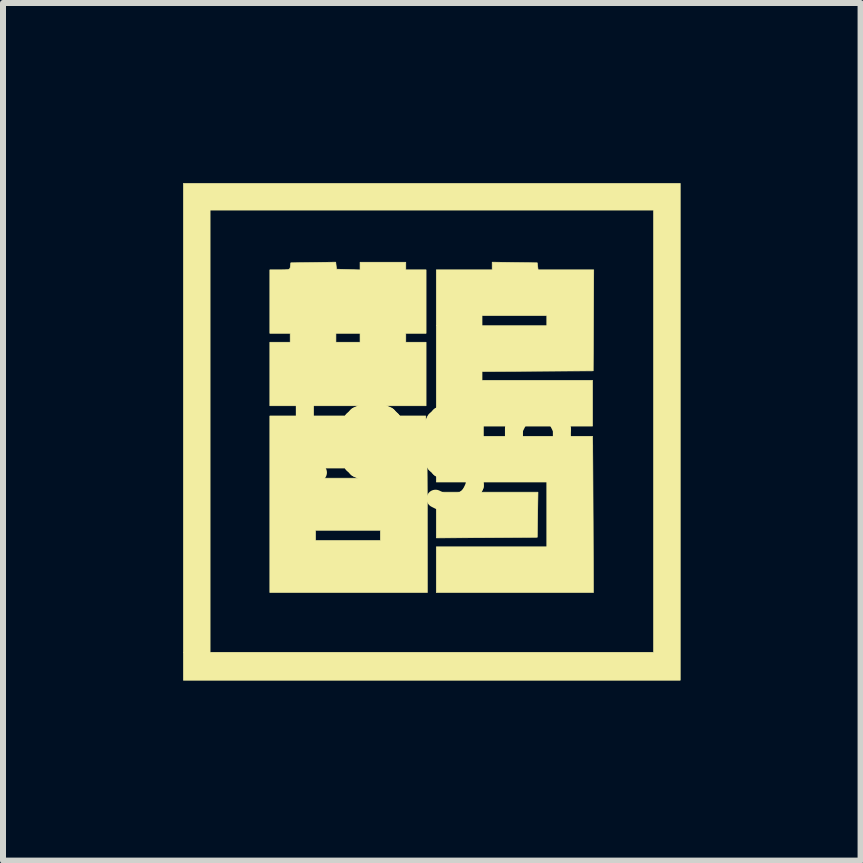
<source format=kicad_pcb>
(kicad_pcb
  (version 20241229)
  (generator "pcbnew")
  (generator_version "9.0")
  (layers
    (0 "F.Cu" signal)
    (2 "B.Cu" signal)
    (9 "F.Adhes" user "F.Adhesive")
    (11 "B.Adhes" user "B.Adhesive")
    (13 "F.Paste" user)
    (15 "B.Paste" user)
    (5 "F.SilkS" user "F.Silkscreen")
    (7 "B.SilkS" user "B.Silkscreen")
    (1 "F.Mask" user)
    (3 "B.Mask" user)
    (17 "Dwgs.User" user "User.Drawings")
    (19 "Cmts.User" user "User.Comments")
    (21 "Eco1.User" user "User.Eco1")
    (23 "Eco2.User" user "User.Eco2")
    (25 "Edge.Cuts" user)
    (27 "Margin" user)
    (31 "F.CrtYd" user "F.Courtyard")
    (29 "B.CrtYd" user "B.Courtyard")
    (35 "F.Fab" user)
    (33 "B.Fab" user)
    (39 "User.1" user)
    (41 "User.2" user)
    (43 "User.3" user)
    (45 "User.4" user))
  (footprint "logo"
    (layer "F.Cu")
    (at 4.133 4.133)
    (property "Reference" "logo" (at 0 0 0) (layer "F.SilkS") (effects (font (size 1.524 1.524) (thickness 0.3))))
    (attr through_hole)
    (fp_poly (pts (xy 1.773 1.392) (xy 1.767 1.767) (xy 0.926 1.773) (xy 0.085 1.778) (xy 0.085 1.016) (xy 1.779 1.016) (xy 1.773 1.392)) (stroke (width 0.01) (type solid)) (fill yes) (layer "F.SilkS"))
    (fp_poly (pts (xy 4.149 4.149) (xy -4.128 4.149) (xy -4.128 -3.683) (xy -3.683 -3.683) (xy -3.683 3.683) (xy 3.704 3.683) (xy 3.704 -3.683) (xy -3.683 -3.683) (xy -4.128 -3.683) (xy -4.128 -4.128) (xy 4.149 -4.128) (xy 4.149 4.149)) (stroke (width 0.01) (type solid)) (fill yes) (layer "F.SilkS"))
    (fp_poly (pts (xy -0.078 0.048) (xy -0.075 0.127) (xy -0.073 0.244) (xy -0.071 0.393) (xy -0.069 0.568) (xy -0.067 0.764) (xy -0.066 0.977) (xy -0.065 1.201) (xy -0.065 1.43) (xy -0.065 1.519) (xy -0.064 2.688) (xy -2.688 2.688) (xy -2.688 1.651) (xy -1.926 1.651) (xy -1.926 1.82) (xy -0.847 1.82) (xy -0.847 1.651) (xy -1.926 1.651) (xy -2.688 1.651) (xy -2.688 0.614) (xy -1.926 0.614) (xy -1.926 0.783) (xy -0.847 0.783) (xy -0.847 0.614) (xy -1.926 0.614) (xy -2.688 0.614) (xy -2.688 -0.254) (xy -0.09 -0.254) (xy -0.078 0.048)) (stroke (width 0.01) (type solid)) (fill yes) (layer "F.SilkS"))
    (fp_poly (pts (xy -1.577 -2.699) (xy -1.185 -2.687) (xy -1.185 -2.815) (xy -0.423 -2.815) (xy -0.423 -2.688) (xy -0.085 -2.688) (xy -0.085 -1.63) (xy -0.423 -1.63) (xy -0.423 -1.482) (xy -0.085 -1.482) (xy -0.085 -0.423) (xy -2.688 -0.423) (xy -2.688 -1.482) (xy -2.349 -1.482) (xy -2.349 -1.63) (xy -1.587 -1.63) (xy -1.587 -1.482) (xy -1.185 -1.482) (xy -1.185 -1.63) (xy -1.587 -1.63) (xy -2.349 -1.63) (xy -2.688 -1.63) (xy -2.688 -2.688) (xy -2.52 -2.688) (xy -2.437 -2.689) (xy -2.386 -2.692) (xy -2.36 -2.702) (xy -2.35 -2.721) (xy -2.346 -2.746) (xy -2.339 -2.805) (xy -1.965 -2.81) (xy -1.59 -2.816) (xy -1.577 -2.699)) (stroke (width 0.01) (type solid)) (fill yes) (layer "F.SilkS"))
    (fp_poly (pts (xy 1.392 -2.81) (xy 1.767 -2.805) (xy 1.774 -2.746) (xy 1.781 -2.688) (xy 2.708 -2.688) (xy 2.699 -1.005) (xy 1.773 -1) (xy 0.847 -0.994) (xy 0.847 -0.847) (xy 2.688 -0.847) (xy 2.688 -0.085) (xy 0.847 -0.085) (xy 0.847 0.085) (xy 2.688 0.085) (xy 2.69 0.196) (xy 2.691 0.238) (xy 2.691 0.317) (xy 2.692 0.431) (xy 2.693 0.574) (xy 2.694 0.742) (xy 2.695 0.932) (xy 2.696 1.138) (xy 2.697 1.357) (xy 2.698 1.498) (xy 2.703 2.688) (xy 0.085 2.688) (xy 0.085 1.926) (xy 1.926 1.926) (xy 1.926 0.847) (xy 0.085 0.847) (xy 0.085 -1.926) (xy 0.847 -1.926) (xy 0.847 -1.757) (xy 1.926 -1.757) (xy 1.926 -1.926) (xy 0.847 -1.926) (xy 0.085 -1.926) (xy 0.085 -2.688) (xy 1.016 -2.688) (xy 1.016 -2.816) (xy 1.392 -2.81)) (stroke (width 0.01) (type solid)) (fill yes) (layer "F.SilkS")))
  (gr_rect
    (start -3 -3)
    (end 11.286 11.286)
    (stroke (width 0.1) (type default))
    (fill no)
    (layer "Edge.Cuts")))
</source>
